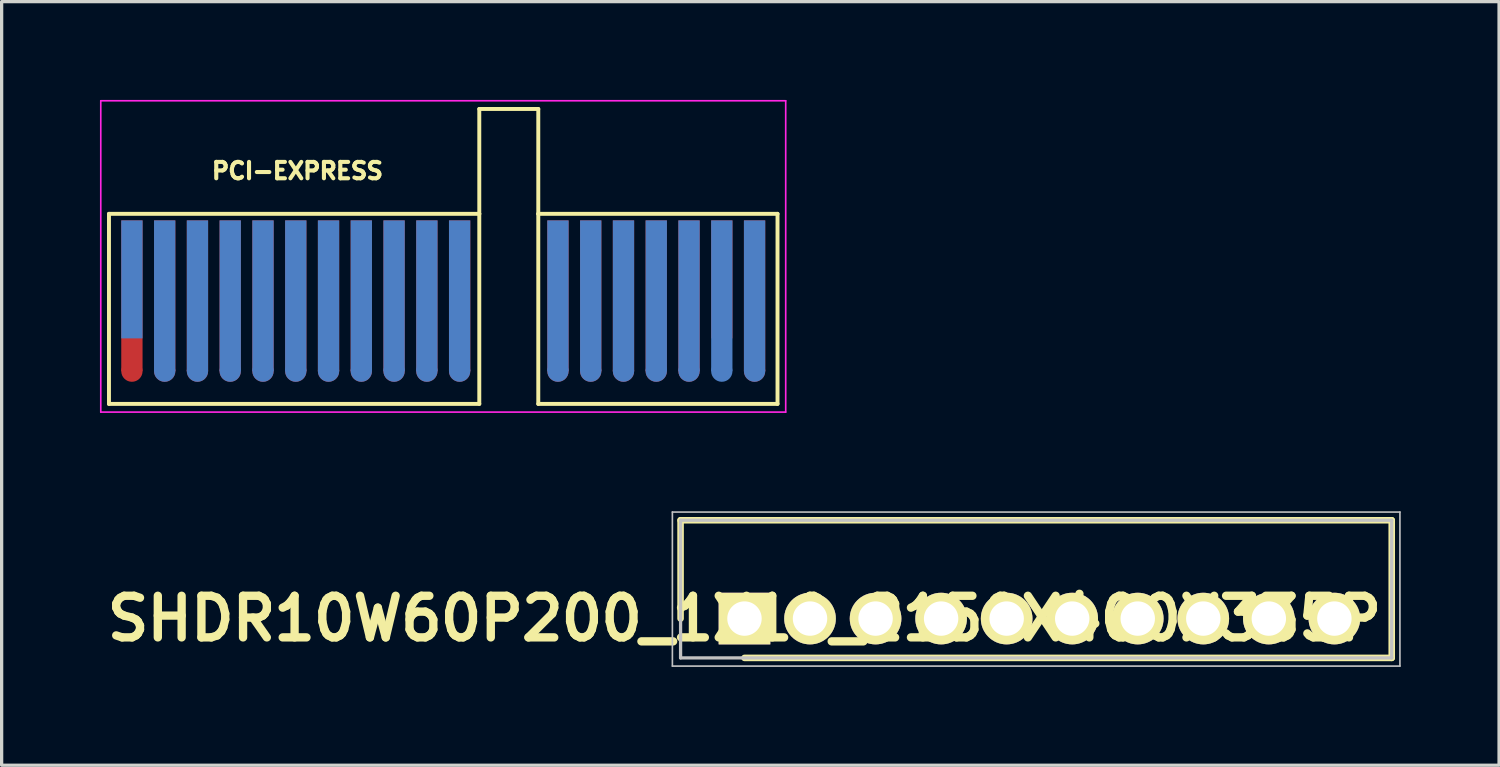
<source format=kicad_pcb>
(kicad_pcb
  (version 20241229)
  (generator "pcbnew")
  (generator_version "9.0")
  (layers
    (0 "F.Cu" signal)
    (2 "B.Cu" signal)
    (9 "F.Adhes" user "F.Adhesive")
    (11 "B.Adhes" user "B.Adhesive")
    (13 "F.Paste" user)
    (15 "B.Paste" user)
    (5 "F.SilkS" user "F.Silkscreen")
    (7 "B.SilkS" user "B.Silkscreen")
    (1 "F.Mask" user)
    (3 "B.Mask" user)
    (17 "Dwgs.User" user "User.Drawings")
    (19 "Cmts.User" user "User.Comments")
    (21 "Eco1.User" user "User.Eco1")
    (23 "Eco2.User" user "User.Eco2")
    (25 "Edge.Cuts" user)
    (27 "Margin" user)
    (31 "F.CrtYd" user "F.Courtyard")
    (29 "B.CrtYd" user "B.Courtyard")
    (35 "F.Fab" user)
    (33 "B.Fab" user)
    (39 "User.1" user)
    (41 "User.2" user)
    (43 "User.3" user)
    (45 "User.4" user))
  (footprint "PCI-EXPRESS"
    (layer "F.Cu")
    (at 0.975 5.475)
    (property "Reference" "PCI-EXPRESS" (at 5.05 -3.31 0) (layer "F.SilkS") (effects (font (size 0.5 0.5) (thickness 0.125))))
    (attr through_hole)
    (fp_line (start -0.7 -2) (end 10.6 -2) (stroke (width 0.12) (type solid)) (layer "F.SilkS"))
    (fp_line (start -0.7 3.8) (end -0.7 -2) (stroke (width 0.12) (type solid)) (layer "F.SilkS"))
    (fp_line (start 10.6 -5.2) (end 12.4 -5.2) (stroke (width 0.12) (type solid)) (layer "F.SilkS"))
    (fp_line (start 10.6 -2) (end 10.6 -5.2) (stroke (width 0.12) (type solid)) (layer "F.SilkS"))
    (fp_line (start 10.6 -2) (end 10.6 3.8) (stroke (width 0.12) (type solid)) (layer "F.SilkS"))
    (fp_line (start 10.6 3.8) (end -0.7 3.8) (stroke (width 0.12) (type solid)) (layer "F.SilkS"))
    (fp_line (start 12.4 -5.2) (end 12.4 -2) (stroke (width 0.12) (type solid)) (layer "F.SilkS"))
    (fp_line (start 12.4 -2) (end 12.4 3.8) (stroke (width 0.12) (type solid)) (layer "F.SilkS"))
    (fp_line (start 12.4 3.8) (end 19.7 3.8) (stroke (width 0.12) (type solid)) (layer "F.SilkS"))
    (fp_line (start 19.7 -2) (end 12.4 -2) (stroke (width 0.12) (type solid)) (layer "F.SilkS"))
    (fp_line (start 19.7 -2) (end 19.7 3.8) (stroke (width 0.12) (type solid)) (layer "F.SilkS"))
    (fp_line (start -0.95 -5.45) (end -0.95 4.05) (stroke (width 0.05) (type solid)) (layer "F.CrtYd"))
    (fp_line (start -0.95 -5.45) (end 19.95 -5.45) (stroke (width 0.05) (type solid)) (layer "F.CrtYd"))
    (fp_line (start 19.95 4.05) (end -0.95 4.05) (stroke (width 0.05) (type solid)) (layer "F.CrtYd"))
    (fp_line (start 19.95 4.05) (end 19.95 -5.45) (stroke (width 0.05) (type solid)) (layer "F.CrtYd"))
    (pad "" connect circle (at 0 2.8) (size 0.65 0.65) (layers "F.Cu" "F.Mask"))
    (pad "" connect circle (at 1 2.8) (size 0.65 0.65) (layers "F.Cu" "F.Mask"))
    (pad "" connect oval (at 1 2.8 90) (size 0.65 0.65) (layers "B.Cu" "B.Mask"))
    (pad "" connect circle (at 2 2.8) (size 0.65 0.65) (layers "F.Cu" "F.Mask"))
    (pad "" connect oval (at 2 2.8 90) (size 0.65 0.65) (layers "B.Cu" "B.Mask"))
    (pad "" connect circle (at 3 2.8) (size 0.65 0.65) (layers "F.Cu" "F.Mask"))
    (pad "" connect oval (at 3 2.8 90) (size 0.65 0.65) (layers "B.Cu" "B.Mask"))
    (pad "" connect circle (at 4 2.8) (size 0.65 0.65) (layers "F.Cu" "F.Mask"))
    (pad "" connect oval (at 4 2.8 90) (size 0.65 0.65) (layers "B.Cu" "B.Mask"))
    (pad "" connect circle (at 5 2.8) (size 0.65 0.65) (layers "F.Cu" "F.Mask"))
    (pad "" connect oval (at 5 2.8 90) (size 0.65 0.65) (layers "B.Cu" "B.Mask"))
    (pad "" connect circle (at 6 2.8) (size 0.65 0.65) (layers "F.Cu" "F.Mask"))
    (pad "" connect oval (at 6 2.8 90) (size 0.65 0.65) (layers "B.Cu" "B.Mask"))
    (pad "" connect circle (at 7 2.8) (size 0.65 0.65) (layers "F.Cu" "F.Mask"))
    (pad "" connect oval (at 7 2.8 90) (size 0.65 0.65) (layers "B.Cu" "B.Mask"))
    (pad "" connect circle (at 8 2.8) (size 0.65 0.65) (layers "F.Cu" "F.Mask"))
    (pad "" connect oval (at 8 2.8 90) (size 0.65 0.65) (layers "B.Cu" "B.Mask"))
    (pad "" connect circle (at 9 2.8) (size 0.65 0.65) (layers "F.Cu" "F.Mask"))
    (pad "" connect oval (at 9 2.8 90) (size 0.65 0.65) (layers "B.Cu" "B.Mask"))
    (pad "" connect circle (at 10 2.8) (size 0.65 0.65) (layers "F.Cu" "F.Mask"))
    (pad "" connect oval (at 10 2.8 90) (size 0.65 0.65) (layers "B.Cu" "B.Mask"))
    (pad "" connect circle (at 13 2.8) (size 0.65 0.65) (layers "F.Cu" "F.Mask"))
    (pad "" connect oval (at 13 2.8 90) (size 0.65 0.65) (layers "B.Cu" "B.Mask"))
    (pad "" connect circle (at 14 2.8) (size 0.65 0.65) (layers "F.Cu" "F.Mask"))
    (pad "" connect oval (at 14 2.8 90) (size 0.65 0.65) (layers "B.Cu" "B.Mask"))
    (pad "" connect circle (at 15 2.8) (size 0.65 0.65) (layers "F.Cu" "F.Mask"))
    (pad "" connect oval (at 15 2.8 90) (size 0.65 0.65) (layers "B.Cu" "B.Mask"))
    (pad "" connect circle (at 16 2.8) (size 0.65 0.65) (layers "F.Cu" "F.Mask"))
    (pad "" connect oval (at 16 2.8 90) (size 0.65 0.65) (layers "B.Cu" "B.Mask"))
    (pad "" connect circle (at 17 2.8) (size 0.65 0.65) (layers "F.Cu" "F.Mask"))
    (pad "" connect oval (at 17 2.8 90) (size 0.65 0.65) (layers "B.Cu" "B.Mask"))
    (pad "" connect oval (at 18 2.8 90) (size 0.65 0.65) (layers "B.Cu" "B.Mask"))
    (pad "" connect circle (at 19 2.8) (size 0.65 0.65) (layers "F.Cu" "F.Mask"))
    (pad "" connect oval (at 19 2.8 90) (size 0.65 0.65) (layers "B.Cu" "B.Mask"))
    (pad "A1" connect rect (at 0 0) (size 0.65 3.6) (layers "B.Cu" "B.Mask"))
    (pad "A2" connect rect (at 1 0.5) (size 0.65 4.6) (layers "B.Cu" "B.Mask"))
    (pad "A3" connect rect (at 2 0.5) (size 0.65 4.6) (layers "B.Cu" "B.Mask"))
    (pad "A4" connect rect (at 3 0.5) (size 0.65 4.6) (layers "B.Cu" "B.Mask"))
    (pad "A5" connect rect (at 4 0.5) (size 0.65 4.6) (layers "B.Cu" "B.Mask"))
    (pad "A6" connect rect (at 5 0.5) (size 0.65 4.6) (layers "B.Cu" "B.Mask"))
    (pad "A7" connect rect (at 6 0.5) (size 0.65 4.6) (layers "B.Cu" "B.Mask"))
    (pad "A8" connect rect (at 7 0.5) (size 0.65 4.6) (layers "B.Cu" "B.Mask"))
    (pad "A9" connect rect (at 8 0.5) (size 0.65 4.6) (layers "B.Cu" "B.Mask"))
    (pad "A10" connect rect (at 9 0.5) (size 0.65 4.6) (layers "B.Cu" "B.Mask"))
    (pad "A11" connect rect (at 10 0.5) (size 0.65 4.6) (layers "B.Cu" "B.Mask"))
    (pad "A12" connect rect (at 13 0.5) (size 0.65 4.6) (layers "B.Cu" "B.Mask"))
    (pad "A13" connect rect (at 14 0.5) (size 0.65 4.6) (layers "B.Cu" "B.Mask"))
    (pad "A14" connect rect (at 15 0.5) (size 0.65 4.6) (layers "B.Cu" "B.Mask"))
    (pad "A15" connect rect (at 16 0.5) (size 0.65 4.6) (layers "B.Cu" "B.Mask"))
    (pad "A16" connect rect (at 17 0.5) (size 0.65 4.6) (layers "B.Cu" "B.Mask"))
    (pad "A17" connect rect (at 18 0.5) (size 0.65 4.6) (layers "B.Cu" "B.Mask"))
    (pad "A18" connect rect (at 19 0.5) (size 0.65 4.6) (layers "B.Cu" "B.Mask"))
    (pad "B1" connect rect (at 0 0.5) (size 0.65 4.6) (layers "F.Cu" "F.Mask"))
    (pad "B2" connect rect (at 1 0.5) (size 0.65 4.6) (layers "F.Cu" "F.Mask"))
    (pad "B3" connect rect (at 2 0.5) (size 0.65 4.6) (layers "F.Cu" "F.Mask"))
    (pad "B4" connect rect (at 3 0.5) (size 0.65 4.6) (layers "F.Cu" "F.Mask"))
    (pad "B5" connect rect (at 4 0.5) (size 0.65 4.6) (layers "F.Cu" "F.Mask"))
    (pad "B6" connect rect (at 5 0.5) (size 0.65 4.6) (layers "F.Cu" "F.Mask"))
    (pad "B7" connect rect (at 6 0.5) (size 0.65 4.6) (layers "F.Cu" "F.Mask"))
    (pad "B8" connect rect (at 7 0.5) (size 0.65 4.6) (layers "F.Cu" "F.Mask"))
    (pad "B9" connect rect (at 8 0.5) (size 0.65 4.6) (layers "F.Cu" "F.Mask"))
    (pad "B10" connect rect (at 9 0.5) (size 0.65 4.6) (layers "F.Cu" "F.Mask"))
    (pad "B11" connect rect (at 10 0.5) (size 0.65 4.6) (layers "F.Cu" "F.Mask"))
    (pad "B12" connect rect (at 13 0.5) (size 0.65 4.6) (layers "F.Cu" "F.Mask"))
    (pad "B13" connect rect (at 14 0.5) (size 0.65 4.6) (layers "F.Cu" "F.Mask"))
    (pad "B14" connect rect (at 15 0.5) (size 0.65 4.6) (layers "F.Cu" "F.Mask"))
    (pad "B15" connect rect (at 16 0.5) (size 0.65 4.6) (layers "F.Cu" "F.Mask"))
    (pad "B16" connect rect (at 17 0.5) (size 0.65 4.6) (layers "F.Cu" "F.Mask"))
    (pad "B17" connect rect (at 18 0) (size 0.65 3.6) (layers "F.Cu" "F.Mask"))
    (pad "B18" connect rect (at 19 0.5) (size 0.65 4.6) (layers "F.Cu" "F.Mask")))
  (footprint "SHDR10W60P200_1X10_2150X400X335P"
    (layer "F.Cu")
    (at 19.667 15.825)
    (property "Reference" "SHDR10W60P200_1X10_2150X400X335P" (at 0 0 0) (layer "F.SilkS") (effects (font (size 1.27 1.27) (thickness 0.254))))
    (attr through_hole)
    (fp_line (start -1.95 -3) (end -1.95 0) (stroke (width 0.2) (type solid)) (layer "F.SilkS"))
    (fp_line (start 0 1.2) (end 19.75 1.2) (stroke (width 0.2) (type solid)) (layer "F.SilkS"))
    (fp_line (start 19.75 -3) (end -1.95 -3) (stroke (width 0.2) (type solid)) (layer "F.SilkS"))
    (fp_line (start 19.75 1.2) (end 19.75 -3) (stroke (width 0.2) (type solid)) (layer "F.SilkS"))
    (fp_line (start -2.2 -3.25) (end 20 -3.25) (stroke (width 0.05) (type solid)) (layer "Dwgs.User"))
    (fp_line (start -2.2 1.45) (end -2.2 -3.25) (stroke (width 0.05) (type solid)) (layer "Dwgs.User"))
    (fp_line (start -1.95 -3) (end 19.75 -3) (stroke (width 0.1) (type solid)) (layer "Dwgs.User"))
    (fp_line (start -1.95 1.2) (end -1.95 -3) (stroke (width 0.1) (type solid)) (layer "Dwgs.User"))
    (fp_line (start 19.75 -3) (end 19.75 1.2) (stroke (width 0.1) (type solid)) (layer "Dwgs.User"))
    (fp_line (start 19.75 1.2) (end -1.95 1.2) (stroke (width 0.1) (type solid)) (layer "Dwgs.User"))
    (fp_line (start 20 -3.25) (end 20 1.45) (stroke (width 0.05) (type solid)) (layer "Dwgs.User"))
    (fp_line (start 20 1.45) (end -2.2 1.45) (stroke (width 0.05) (type solid)) (layer "Dwgs.User"))
    (pad "1" thru_hole rect (at 0 0 90) (size 1.575 1.575) (drill 1.05) (layers "*.Cu" "*.Mask" "F.SilkS"))
    (pad "2" thru_hole circle (at 2 0 90) (size 1.575 1.575) (drill 1.05) (layers "*.Cu" "*.Mask" "F.SilkS"))
    (pad "3" thru_hole circle (at 4 0 90) (size 1.575 1.575) (drill 1.05) (layers "*.Cu" "*.Mask" "F.SilkS"))
    (pad "4" thru_hole circle (at 6 0 90) (size 1.575 1.575) (drill 1.05) (layers "*.Cu" "*.Mask" "F.SilkS"))
    (pad "5" thru_hole circle (at 8 0 90) (size 1.575 1.575) (drill 1.05) (layers "*.Cu" "*.Mask" "F.SilkS"))
    (pad "6" thru_hole circle (at 10 0 90) (size 1.575 1.575) (drill 1.05) (layers "*.Cu" "*.Mask" "F.SilkS"))
    (pad "7" thru_hole circle (at 12 0 90) (size 1.575 1.575) (drill 1.05) (layers "*.Cu" "*.Mask" "F.SilkS"))
    (pad "8" thru_hole circle (at 14 0 90) (size 1.575 1.575) (drill 1.05) (layers "*.Cu" "*.Mask" "F.SilkS"))
    (pad "9" thru_hole circle (at 16 0 90) (size 1.575 1.575) (drill 1.05) (layers "*.Cu" "*.Mask" "F.SilkS"))
    (pad "10" thru_hole circle (at 18 0 90) (size 1.575 1.575) (drill 1.05) (layers "*.Cu" "*.Mask" "F.SilkS")))
  (gr_rect
    (start -3 -3)
    (end 42.692 20.3)
    (stroke (width 0.1) (type default))
    (fill no)
    (layer "Edge.Cuts")))
</source>
